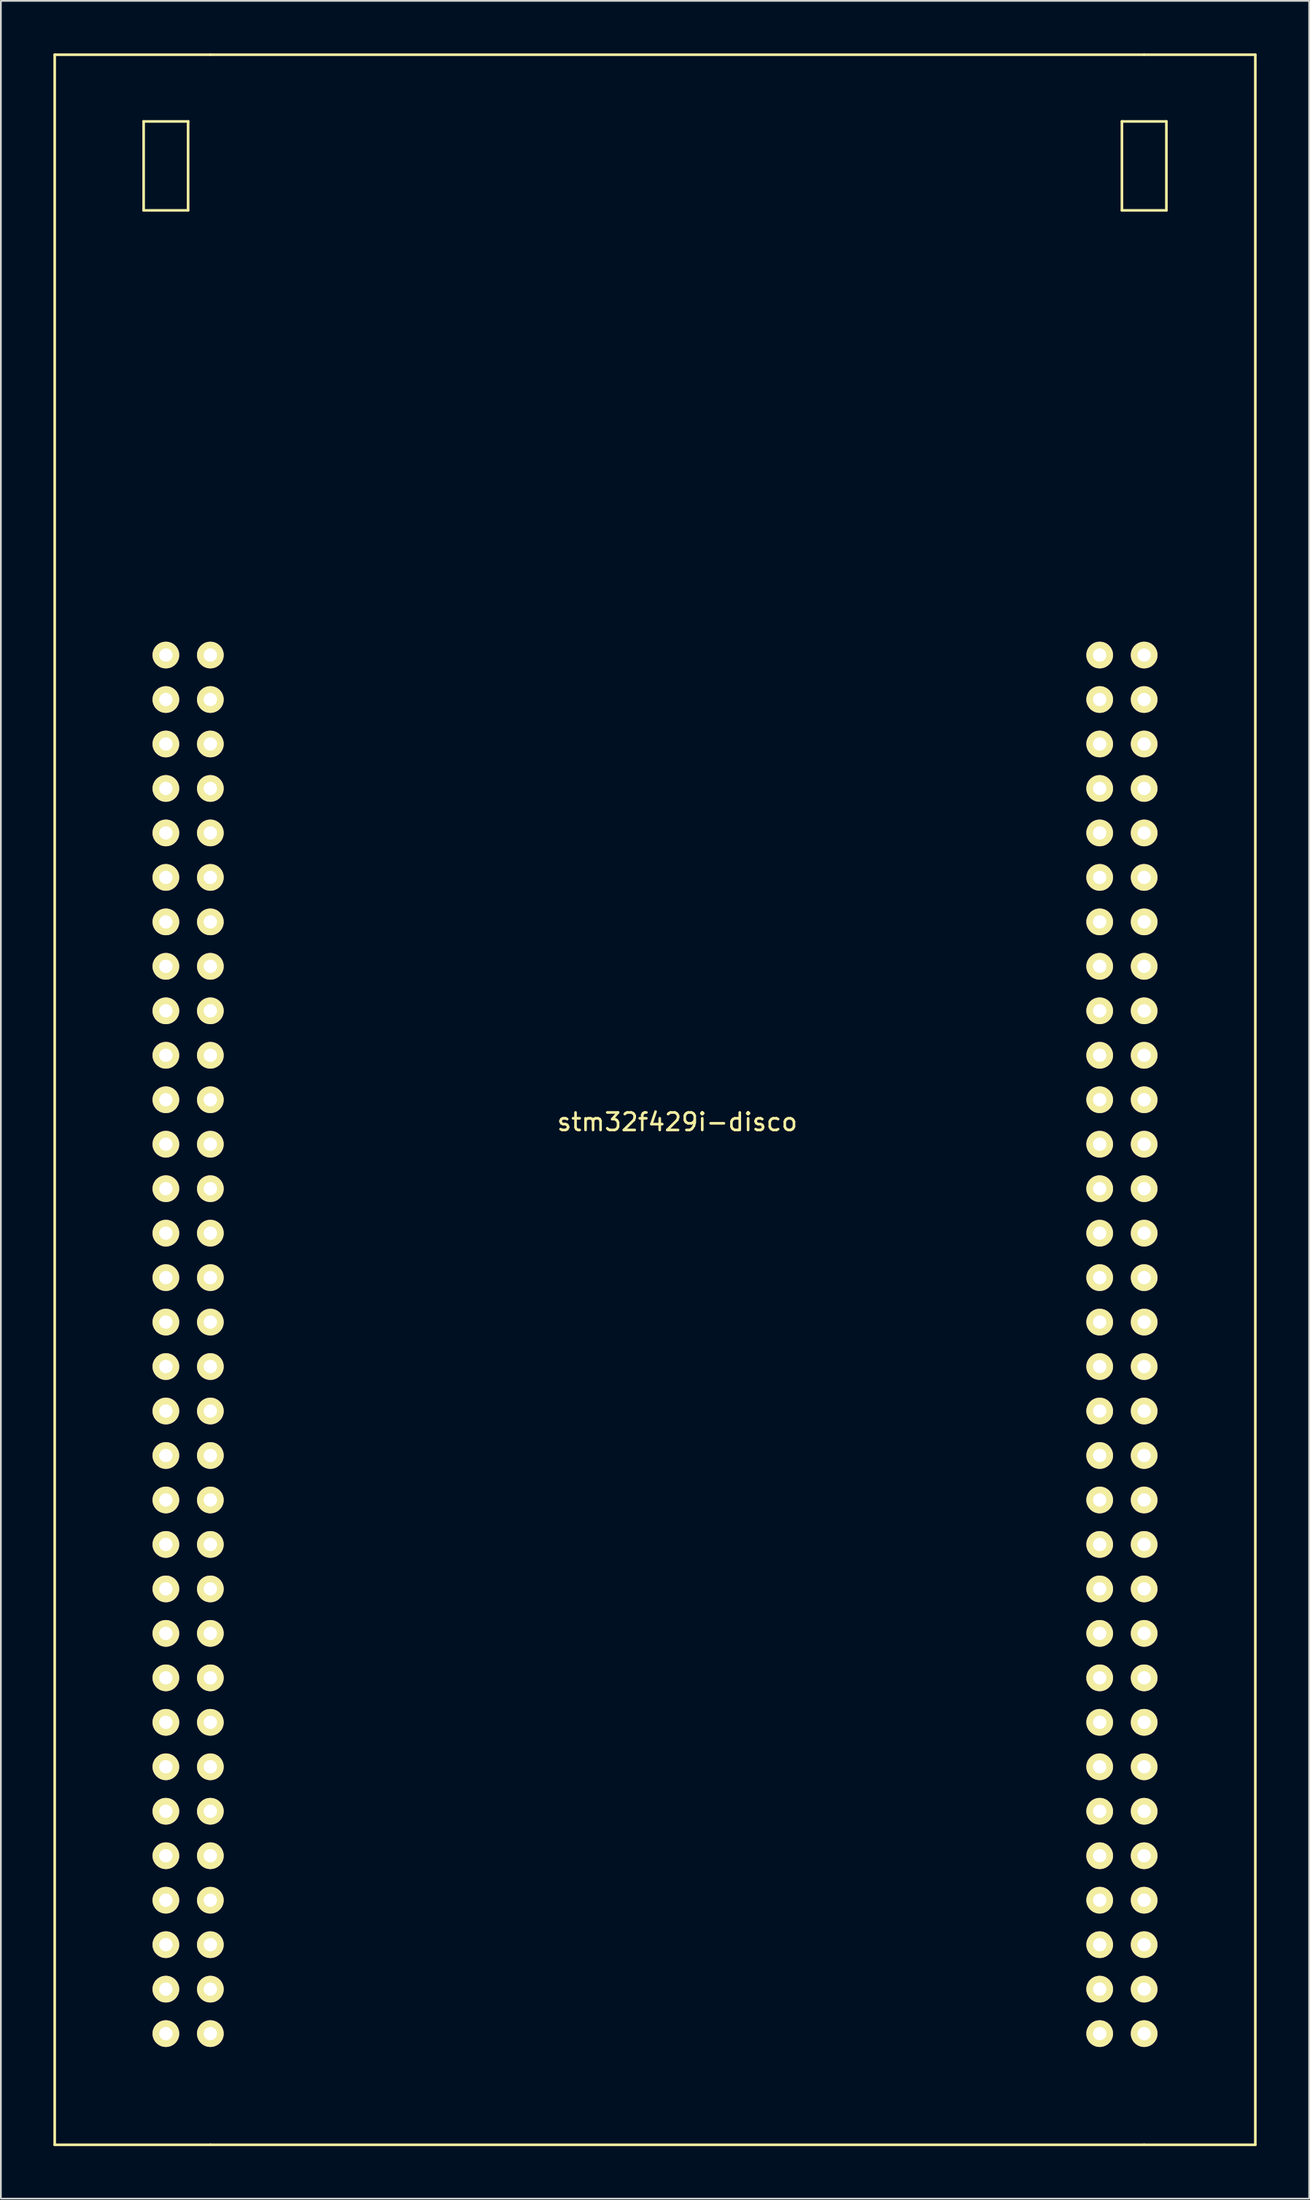
<source format=kicad_pcb>
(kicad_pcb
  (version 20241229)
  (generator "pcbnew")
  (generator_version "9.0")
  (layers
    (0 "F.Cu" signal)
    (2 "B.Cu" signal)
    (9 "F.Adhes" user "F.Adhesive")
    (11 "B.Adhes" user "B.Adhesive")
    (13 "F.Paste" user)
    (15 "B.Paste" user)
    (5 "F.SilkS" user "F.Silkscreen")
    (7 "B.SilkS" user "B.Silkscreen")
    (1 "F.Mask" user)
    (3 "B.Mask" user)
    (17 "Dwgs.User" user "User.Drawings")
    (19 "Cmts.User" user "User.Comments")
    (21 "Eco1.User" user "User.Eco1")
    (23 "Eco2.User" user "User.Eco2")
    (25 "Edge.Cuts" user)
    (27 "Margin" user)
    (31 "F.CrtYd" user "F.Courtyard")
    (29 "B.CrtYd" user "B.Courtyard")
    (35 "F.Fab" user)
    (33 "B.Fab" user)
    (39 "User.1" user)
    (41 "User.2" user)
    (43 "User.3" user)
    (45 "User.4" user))
  (footprint "stm32f429i-disco"
    (layer "F.Cu")
    (at 35.635 59.765)
    (property "Reference" "stm32f429i-disco" (at 0 1.27 0) (layer "F.SilkS") (effects (font (size 1 1) (thickness 0.15))))
    (attr through_hole)
    (fp_line (start -35.56 -59.69) (end -26.67 -59.69) (stroke (width 0.15) (type solid)) (layer "F.SilkS"))
    (fp_line (start -35.56 59.69) (end -35.56 -59.69) (stroke (width 0.15) (type solid)) (layer "F.SilkS"))
    (fp_line (start -30.48 -55.88) (end -27.94 -55.88) (stroke (width 0.15) (type solid)) (layer "F.SilkS"))
    (fp_line (start -30.48 -50.8) (end -30.48 -55.88) (stroke (width 0.15) (type solid)) (layer "F.SilkS"))
    (fp_line (start -27.94 -55.88) (end -27.94 -50.8) (stroke (width 0.15) (type solid)) (layer "F.SilkS"))
    (fp_line (start -27.94 -50.8) (end -30.48 -50.8) (stroke (width 0.15) (type solid)) (layer "F.SilkS"))
    (fp_line (start -26.67 -59.69) (end 26.67 -59.69) (stroke (width 0.15) (type solid)) (layer "F.SilkS"))
    (fp_line (start -26.67 59.69) (end -35.56 59.69) (stroke (width 0.15) (type solid)) (layer "F.SilkS"))
    (fp_line (start 25.4 -55.88) (end 27.94 -55.88) (stroke (width 0.15) (type solid)) (layer "F.SilkS"))
    (fp_line (start 25.4 -50.8) (end 25.4 -55.88) (stroke (width 0.15) (type solid)) (layer "F.SilkS"))
    (fp_line (start 26.67 59.69) (end -26.67 59.69) (stroke (width 0.15) (type solid)) (layer "F.SilkS"))
    (fp_line (start 26.67 59.69) (end 33.02 59.69) (stroke (width 0.15) (type solid)) (layer "F.SilkS"))
    (fp_line (start 27.94 -55.88) (end 27.94 -50.8) (stroke (width 0.15) (type solid)) (layer "F.SilkS"))
    (fp_line (start 27.94 -50.8) (end 25.4 -50.8) (stroke (width 0.15) (type solid)) (layer "F.SilkS"))
    (fp_line (start 33.02 -59.69) (end 26.67 -59.69) (stroke (width 0.15) (type solid)) (layer "F.SilkS"))
    (fp_line (start 33.02 59.69) (end 33.02 -59.69) (stroke (width 0.15) (type solid)) (layer "F.SilkS"))
    (pad "1" thru_hole circle (at -29.21 -25.4) (size 1.524 1.524) (drill 0.762) (layers "*.Cu" "*.Mask" "F.SilkS"))
    (pad "2" thru_hole circle (at -26.67 -25.4) (size 1.524 1.524) (drill 0.762) (layers "*.Cu" "*.Mask" "F.SilkS"))
    (pad "3" thru_hole circle (at -29.21 -22.86) (size 1.524 1.524) (drill 0.762) (layers "*.Cu" "*.Mask" "F.SilkS"))
    (pad "4" thru_hole circle (at -26.67 -22.86) (size 1.524 1.524) (drill 0.762) (layers "*.Cu" "*.Mask" "F.SilkS"))
    (pad "5" thru_hole circle (at -29.21 -20.32) (size 1.524 1.524) (drill 0.762) (layers "*.Cu" "*.Mask" "F.SilkS"))
    (pad "6" thru_hole circle (at -26.67 -20.32) (size 1.524 1.524) (drill 0.762) (layers "*.Cu" "*.Mask" "F.SilkS"))
    (pad "7" thru_hole circle (at -29.21 -17.78) (size 1.524 1.524) (drill 0.762) (layers "*.Cu" "*.Mask" "F.SilkS"))
    (pad "8" thru_hole circle (at -26.67 -17.78) (size 1.524 1.524) (drill 0.762) (layers "*.Cu" "*.Mask" "F.SilkS"))
    (pad "9" thru_hole circle (at -29.21 -15.24) (size 1.524 1.524) (drill 0.762) (layers "*.Cu" "*.Mask" "F.SilkS"))
    (pad "10" thru_hole circle (at -26.67 -15.24) (size 1.524 1.524) (drill 0.762) (layers "*.Cu" "*.Mask" "F.SilkS"))
    (pad "11" thru_hole circle (at -29.21 -12.7) (size 1.524 1.524) (drill 0.762) (layers "*.Cu" "*.Mask" "F.SilkS"))
    (pad "12" thru_hole circle (at -26.67 -12.7) (size 1.524 1.524) (drill 0.762) (layers "*.Cu" "*.Mask" "F.SilkS"))
    (pad "13" thru_hole circle (at -29.21 -10.16) (size 1.524 1.524) (drill 0.762) (layers "*.Cu" "*.Mask" "F.SilkS"))
    (pad "14" thru_hole circle (at -26.67 -10.16) (size 1.524 1.524) (drill 0.762) (layers "*.Cu" "*.Mask" "F.SilkS"))
    (pad "15" thru_hole circle (at -29.21 -7.62) (size 1.524 1.524) (drill 0.762) (layers "*.Cu" "*.Mask" "F.SilkS"))
    (pad "16" thru_hole circle (at -26.67 -7.62) (size 1.524 1.524) (drill 0.762) (layers "*.Cu" "*.Mask" "F.SilkS"))
    (pad "17" thru_hole circle (at -29.21 -5.08) (size 1.524 1.524) (drill 0.762) (layers "*.Cu" "*.Mask" "F.SilkS"))
    (pad "18" thru_hole circle (at -26.67 -5.08) (size 1.524 1.524) (drill 0.762) (layers "*.Cu" "*.Mask" "F.SilkS"))
    (pad "19" thru_hole circle (at -29.21 -2.54) (size 1.524 1.524) (drill 0.762) (layers "*.Cu" "*.Mask" "F.SilkS"))
    (pad "20" thru_hole circle (at -26.67 -2.54) (size 1.524 1.524) (drill 0.762) (layers "*.Cu" "*.Mask" "F.SilkS"))
    (pad "21" thru_hole circle (at -29.21 0) (size 1.524 1.524) (drill 0.762) (layers "*.Cu" "*.Mask" "F.SilkS"))
    (pad "22" thru_hole circle (at -26.67 0) (size 1.524 1.524) (drill 0.762) (layers "*.Cu" "*.Mask" "F.SilkS"))
    (pad "23" thru_hole circle (at -29.21 2.54) (size 1.524 1.524) (drill 0.762) (layers "*.Cu" "*.Mask" "F.SilkS"))
    (pad "24" thru_hole circle (at -26.67 2.54) (size 1.524 1.524) (drill 0.762) (layers "*.Cu" "*.Mask" "F.SilkS"))
    (pad "25" thru_hole circle (at -29.21 5.08) (size 1.524 1.524) (drill 0.762) (layers "*.Cu" "*.Mask" "F.SilkS"))
    (pad "26" thru_hole circle (at -26.67 5.08) (size 1.524 1.524) (drill 0.762) (layers "*.Cu" "*.Mask" "F.SilkS"))
    (pad "27" thru_hole circle (at -29.21 7.62) (size 1.524 1.524) (drill 0.762) (layers "*.Cu" "*.Mask" "F.SilkS"))
    (pad "28" thru_hole circle (at -26.67 7.62) (size 1.524 1.524) (drill 0.762) (layers "*.Cu" "*.Mask" "F.SilkS"))
    (pad "29" thru_hole circle (at -29.21 10.16) (size 1.524 1.524) (drill 0.762) (layers "*.Cu" "*.Mask" "F.SilkS"))
    (pad "30" thru_hole circle (at -26.67 10.16) (size 1.524 1.524) (drill 0.762) (layers "*.Cu" "*.Mask" "F.SilkS"))
    (pad "31" thru_hole circle (at -29.21 12.7) (size 1.524 1.524) (drill 0.762) (layers "*.Cu" "*.Mask" "F.SilkS"))
    (pad "32" thru_hole circle (at -26.67 12.7) (size 1.524 1.524) (drill 0.762) (layers "*.Cu" "*.Mask" "F.SilkS"))
    (pad "33" thru_hole circle (at -29.21 15.24) (size 1.524 1.524) (drill 0.762) (layers "*.Cu" "*.Mask" "F.SilkS"))
    (pad "34" thru_hole circle (at -26.67 15.24) (size 1.524 1.524) (drill 0.762) (layers "*.Cu" "*.Mask" "F.SilkS"))
    (pad "35" thru_hole circle (at -29.21 17.78) (size 1.524 1.524) (drill 0.762) (layers "*.Cu" "*.Mask" "F.SilkS"))
    (pad "36" thru_hole circle (at -26.67 17.78) (size 1.524 1.524) (drill 0.762) (layers "*.Cu" "*.Mask" "F.SilkS"))
    (pad "37" thru_hole circle (at -29.21 20.32) (size 1.524 1.524) (drill 0.762) (layers "*.Cu" "*.Mask" "F.SilkS"))
    (pad "38" thru_hole circle (at -26.67 20.32) (size 1.524 1.524) (drill 0.762) (layers "*.Cu" "*.Mask" "F.SilkS"))
    (pad "39" thru_hole circle (at -29.21 22.86) (size 1.524 1.524) (drill 0.762) (layers "*.Cu" "*.Mask" "F.SilkS"))
    (pad "40" thru_hole circle (at -26.67 22.86) (size 1.524 1.524) (drill 0.762) (layers "*.Cu" "*.Mask" "F.SilkS"))
    (pad "41" thru_hole circle (at -29.21 25.4) (size 1.524 1.524) (drill 0.762) (layers "*.Cu" "*.Mask" "F.SilkS"))
    (pad "42" thru_hole circle (at -26.67 25.4) (size 1.524 1.524) (drill 0.762) (layers "*.Cu" "*.Mask" "F.SilkS"))
    (pad "43" thru_hole circle (at -29.21 27.94) (size 1.524 1.524) (drill 0.762) (layers "*.Cu" "*.Mask" "F.SilkS"))
    (pad "44" thru_hole circle (at -26.67 27.94) (size 1.524 1.524) (drill 0.762) (layers "*.Cu" "*.Mask" "F.SilkS"))
    (pad "45" thru_hole circle (at -29.21 30.48) (size 1.524 1.524) (drill 0.762) (layers "*.Cu" "*.Mask" "F.SilkS"))
    (pad "46" thru_hole circle (at -26.67 30.48) (size 1.524 1.524) (drill 0.762) (layers "*.Cu" "*.Mask" "F.SilkS"))
    (pad "47" thru_hole circle (at -29.21 33.02) (size 1.524 1.524) (drill 0.762) (layers "*.Cu" "*.Mask" "F.SilkS"))
    (pad "48" thru_hole circle (at -26.67 33.02) (size 1.524 1.524) (drill 0.762) (layers "*.Cu" "*.Mask" "F.SilkS"))
    (pad "49" thru_hole circle (at -29.21 35.56) (size 1.524 1.524) (drill 0.762) (layers "*.Cu" "*.Mask" "F.SilkS"))
    (pad "50" thru_hole circle (at -26.67 35.56) (size 1.524 1.524) (drill 0.762) (layers "*.Cu" "*.Mask" "F.SilkS"))
    (pad "51" thru_hole circle (at -29.21 38.1) (size 1.524 1.524) (drill 0.762) (layers "*.Cu" "*.Mask" "F.SilkS"))
    (pad "52" thru_hole circle (at -26.67 38.1) (size 1.524 1.524) (drill 0.762) (layers "*.Cu" "*.Mask" "F.SilkS"))
    (pad "53" thru_hole circle (at -29.21 40.64) (size 1.524 1.524) (drill 0.762) (layers "*.Cu" "*.Mask" "F.SilkS"))
    (pad "54" thru_hole circle (at -26.67 40.64) (size 1.524 1.524) (drill 0.762) (layers "*.Cu" "*.Mask" "F.SilkS"))
    (pad "55" thru_hole circle (at -29.21 43.18) (size 1.524 1.524) (drill 0.762) (layers "*.Cu" "*.Mask" "F.SilkS"))
    (pad "56" thru_hole circle (at -26.67 43.18) (size 1.524 1.524) (drill 0.762) (layers "*.Cu" "*.Mask" "F.SilkS"))
    (pad "57" thru_hole circle (at -29.21 45.72) (size 1.524 1.524) (drill 0.762) (layers "*.Cu" "*.Mask" "F.SilkS"))
    (pad "58" thru_hole circle (at -26.67 45.72) (size 1.524 1.524) (drill 0.762) (layers "*.Cu" "*.Mask" "F.SilkS"))
    (pad "59" thru_hole circle (at -29.21 48.26) (size 1.524 1.524) (drill 0.762) (layers "*.Cu" "*.Mask" "F.SilkS"))
    (pad "60" thru_hole circle (at -26.67 48.26) (size 1.524 1.524) (drill 0.762) (layers "*.Cu" "*.Mask" "F.SilkS"))
    (pad "61" thru_hole circle (at -29.21 50.8) (size 1.524 1.524) (drill 0.762) (layers "*.Cu" "*.Mask" "F.SilkS"))
    (pad "62" thru_hole circle (at -26.67 50.8) (size 1.524 1.524) (drill 0.762) (layers "*.Cu" "*.Mask" "F.SilkS"))
    (pad "63" thru_hole circle (at -29.21 53.34) (size 1.524 1.524) (drill 0.762) (layers "*.Cu" "*.Mask" "F.SilkS"))
    (pad "64" thru_hole circle (at -26.67 53.34) (size 1.524 1.524) (drill 0.762) (layers "*.Cu" "*.Mask" "F.SilkS"))
    (pad "65" thru_hole circle (at 24.13 -25.4) (size 1.524 1.524) (drill 0.762) (layers "*.Cu" "*.Mask" "F.SilkS"))
    (pad "66" thru_hole circle (at 26.67 -25.4) (size 1.524 1.524) (drill 0.762) (layers "*.Cu" "*.Mask" "F.SilkS"))
    (pad "67" thru_hole circle (at 24.13 -22.86) (size 1.524 1.524) (drill 0.762) (layers "*.Cu" "*.Mask" "F.SilkS"))
    (pad "68" thru_hole circle (at 26.67 -22.86) (size 1.524 1.524) (drill 0.762) (layers "*.Cu" "*.Mask" "F.SilkS"))
    (pad "69" thru_hole circle (at 24.13 -20.32) (size 1.524 1.524) (drill 0.762) (layers "*.Cu" "*.Mask" "F.SilkS"))
    (pad "70" thru_hole circle (at 26.67 -20.32) (size 1.524 1.524) (drill 0.762) (layers "*.Cu" "*.Mask" "F.SilkS"))
    (pad "71" thru_hole circle (at 24.13 -17.78) (size 1.524 1.524) (drill 0.762) (layers "*.Cu" "*.Mask" "F.SilkS"))
    (pad "72" thru_hole circle (at 26.67 -17.78) (size 1.524 1.524) (drill 0.762) (layers "*.Cu" "*.Mask" "F.SilkS"))
    (pad "73" thru_hole circle (at 24.13 -15.24) (size 1.524 1.524) (drill 0.762) (layers "*.Cu" "*.Mask" "F.SilkS"))
    (pad "74" thru_hole circle (at 26.67 -15.24) (size 1.524 1.524) (drill 0.762) (layers "*.Cu" "*.Mask" "F.SilkS"))
    (pad "75" thru_hole circle (at 24.13 -12.7) (size 1.524 1.524) (drill 0.762) (layers "*.Cu" "*.Mask" "F.SilkS"))
    (pad "76" thru_hole circle (at 26.67 -12.7) (size 1.524 1.524) (drill 0.762) (layers "*.Cu" "*.Mask" "F.SilkS"))
    (pad "77" thru_hole circle (at 24.13 -10.16) (size 1.524 1.524) (drill 0.762) (layers "*.Cu" "*.Mask" "F.SilkS"))
    (pad "78" thru_hole circle (at 26.67 -10.16) (size 1.524 1.524) (drill 0.762) (layers "*.Cu" "*.Mask" "F.SilkS"))
    (pad "79" thru_hole circle (at 24.13 -7.62) (size 1.524 1.524) (drill 0.762) (layers "*.Cu" "*.Mask" "F.SilkS"))
    (pad "80" thru_hole circle (at 26.67 -7.62) (size 1.524 1.524) (drill 0.762) (layers "*.Cu" "*.Mask" "F.SilkS"))
    (pad "81" thru_hole circle (at 24.13 -5.08) (size 1.524 1.524) (drill 0.762) (layers "*.Cu" "*.Mask" "F.SilkS"))
    (pad "82" thru_hole circle (at 26.67 -5.08) (size 1.524 1.524) (drill 0.762) (layers "*.Cu" "*.Mask" "F.SilkS"))
    (pad "83" thru_hole circle (at 24.13 -2.54) (size 1.524 1.524) (drill 0.762) (layers "*.Cu" "*.Mask" "F.SilkS"))
    (pad "84" thru_hole circle (at 26.67 -2.54) (size 1.524 1.524) (drill 0.762) (layers "*.Cu" "*.Mask" "F.SilkS"))
    (pad "85" thru_hole circle (at 24.13 0) (size 1.524 1.524) (drill 0.762) (layers "*.Cu" "*.Mask" "F.SilkS"))
    (pad "86" thru_hole circle (at 26.67 0) (size 1.524 1.524) (drill 0.762) (layers "*.Cu" "*.Mask" "F.SilkS"))
    (pad "87" thru_hole circle (at 24.13 2.54) (size 1.524 1.524) (drill 0.762) (layers "*.Cu" "*.Mask" "F.SilkS"))
    (pad "88" thru_hole circle (at 26.67 2.54) (size 1.524 1.524) (drill 0.762) (layers "*.Cu" "*.Mask" "F.SilkS"))
    (pad "89" thru_hole circle (at 24.13 5.08) (size 1.524 1.524) (drill 0.762) (layers "*.Cu" "*.Mask" "F.SilkS"))
    (pad "90" thru_hole circle (at 26.67 5.08) (size 1.524 1.524) (drill 0.762) (layers "*.Cu" "*.Mask" "F.SilkS"))
    (pad "91" thru_hole circle (at 24.13 7.62) (size 1.524 1.524) (drill 0.762) (layers "*.Cu" "*.Mask" "F.SilkS"))
    (pad "92" thru_hole circle (at 26.67 7.62) (size 1.524 1.524) (drill 0.762) (layers "*.Cu" "*.Mask" "F.SilkS"))
    (pad "93" thru_hole circle (at 24.13 10.16) (size 1.524 1.524) (drill 0.762) (layers "*.Cu" "*.Mask" "F.SilkS"))
    (pad "94" thru_hole circle (at 26.67 10.16) (size 1.524 1.524) (drill 0.762) (layers "*.Cu" "*.Mask" "F.SilkS"))
    (pad "95" thru_hole circle (at 24.13 12.7) (size 1.524 1.524) (drill 0.762) (layers "*.Cu" "*.Mask" "F.SilkS"))
    (pad "96" thru_hole circle (at 26.67 12.7) (size 1.524 1.524) (drill 0.762) (layers "*.Cu" "*.Mask" "F.SilkS"))
    (pad "97" thru_hole circle (at 24.13 15.24) (size 1.524 1.524) (drill 0.762) (layers "*.Cu" "*.Mask" "F.SilkS"))
    (pad "98" thru_hole circle (at 26.67 15.24) (size 1.524 1.524) (drill 0.762) (layers "*.Cu" "*.Mask" "F.SilkS"))
    (pad "99" thru_hole circle (at 24.13 17.78) (size 1.524 1.524) (drill 0.762) (layers "*.Cu" "*.Mask" "F.SilkS"))
    (pad "100" thru_hole circle (at 26.67 17.78) (size 1.524 1.524) (drill 0.762) (layers "*.Cu" "*.Mask" "F.SilkS"))
    (pad "101" thru_hole circle (at 24.13 20.32) (size 1.524 1.524) (drill 0.762) (layers "*.Cu" "*.Mask" "F.SilkS"))
    (pad "102" thru_hole circle (at 26.67 20.32) (size 1.524 1.524) (drill 0.762) (layers "*.Cu" "*.Mask" "F.SilkS"))
    (pad "103" thru_hole circle (at 24.13 22.86) (size 1.524 1.524) (drill 0.762) (layers "*.Cu" "*.Mask" "F.SilkS"))
    (pad "104" thru_hole circle (at 26.67 22.86) (size 1.524 1.524) (drill 0.762) (layers "*.Cu" "*.Mask" "F.SilkS"))
    (pad "105" thru_hole circle (at 24.13 25.4) (size 1.524 1.524) (drill 0.762) (layers "*.Cu" "*.Mask" "F.SilkS"))
    (pad "106" thru_hole circle (at 26.67 25.4) (size 1.524 1.524) (drill 0.762) (layers "*.Cu" "*.Mask" "F.SilkS"))
    (pad "107" thru_hole circle (at 24.13 27.94) (size 1.524 1.524) (drill 0.762) (layers "*.Cu" "*.Mask" "F.SilkS"))
    (pad "108" thru_hole circle (at 26.67 27.94) (size 1.524 1.524) (drill 0.762) (layers "*.Cu" "*.Mask" "F.SilkS"))
    (pad "109" thru_hole circle (at 24.13 30.48) (size 1.524 1.524) (drill 0.762) (layers "*.Cu" "*.Mask" "F.SilkS"))
    (pad "110" thru_hole circle (at 26.67 30.48) (size 1.524 1.524) (drill 0.762) (layers "*.Cu" "*.Mask" "F.SilkS"))
    (pad "111" thru_hole circle (at 24.13 33.02) (size 1.524 1.524) (drill 0.762) (layers "*.Cu" "*.Mask" "F.SilkS"))
    (pad "112" thru_hole circle (at 26.67 33.02) (size 1.524 1.524) (drill 0.762) (layers "*.Cu" "*.Mask" "F.SilkS"))
    (pad "113" thru_hole circle (at 24.13 35.56) (size 1.524 1.524) (drill 0.762) (layers "*.Cu" "*.Mask" "F.SilkS"))
    (pad "114" thru_hole circle (at 26.67 35.56) (size 1.524 1.524) (drill 0.762) (layers "*.Cu" "*.Mask" "F.SilkS"))
    (pad "115" thru_hole circle (at 24.13 38.1) (size 1.524 1.524) (drill 0.762) (layers "*.Cu" "*.Mask" "F.SilkS"))
    (pad "116" thru_hole circle (at 26.67 38.1) (size 1.524 1.524) (drill 0.762) (layers "*.Cu" "*.Mask" "F.SilkS"))
    (pad "117" thru_hole circle (at 24.13 40.64) (size 1.524 1.524) (drill 0.762) (layers "*.Cu" "*.Mask" "F.SilkS"))
    (pad "118" thru_hole circle (at 26.67 40.64) (size 1.524 1.524) (drill 0.762) (layers "*.Cu" "*.Mask" "F.SilkS"))
    (pad "119" thru_hole circle (at 24.13 43.18) (size 1.524 1.524) (drill 0.762) (layers "*.Cu" "*.Mask" "F.SilkS"))
    (pad "120" thru_hole circle (at 26.67 43.18) (size 1.524 1.524) (drill 0.762) (layers "*.Cu" "*.Mask" "F.SilkS"))
    (pad "121" thru_hole circle (at 24.13 45.72) (size 1.524 1.524) (drill 0.762) (layers "*.Cu" "*.Mask" "F.SilkS"))
    (pad "122" thru_hole circle (at 26.67 45.72) (size 1.524 1.524) (drill 0.762) (layers "*.Cu" "*.Mask" "F.SilkS"))
    (pad "123" thru_hole circle (at 24.13 48.26) (size 1.524 1.524) (drill 0.762) (layers "*.Cu" "*.Mask" "F.SilkS"))
    (pad "124" thru_hole circle (at 26.67 48.26) (size 1.524 1.524) (drill 0.762) (layers "*.Cu" "*.Mask" "F.SilkS"))
    (pad "125" thru_hole circle (at 24.13 50.8) (size 1.524 1.524) (drill 0.762) (layers "*.Cu" "*.Mask" "F.SilkS"))
    (pad "126" thru_hole circle (at 26.67 50.8) (size 1.524 1.524) (drill 0.762) (layers "*.Cu" "*.Mask" "F.SilkS"))
    (pad "127" thru_hole circle (at 24.13 53.34) (size 1.524 1.524) (drill 0.762) (layers "*.Cu" "*.Mask" "F.SilkS"))
    (pad "128" thru_hole circle (at 26.67 53.34) (size 1.524 1.524) (drill 0.762) (layers "*.Cu" "*.Mask" "F.SilkS")))
  (gr_rect
    (start -3 -3)
    (end 71.73 122.53)
    (stroke (width 0.1) (type default))
    (fill no)
    (layer "Edge.Cuts")))
</source>
